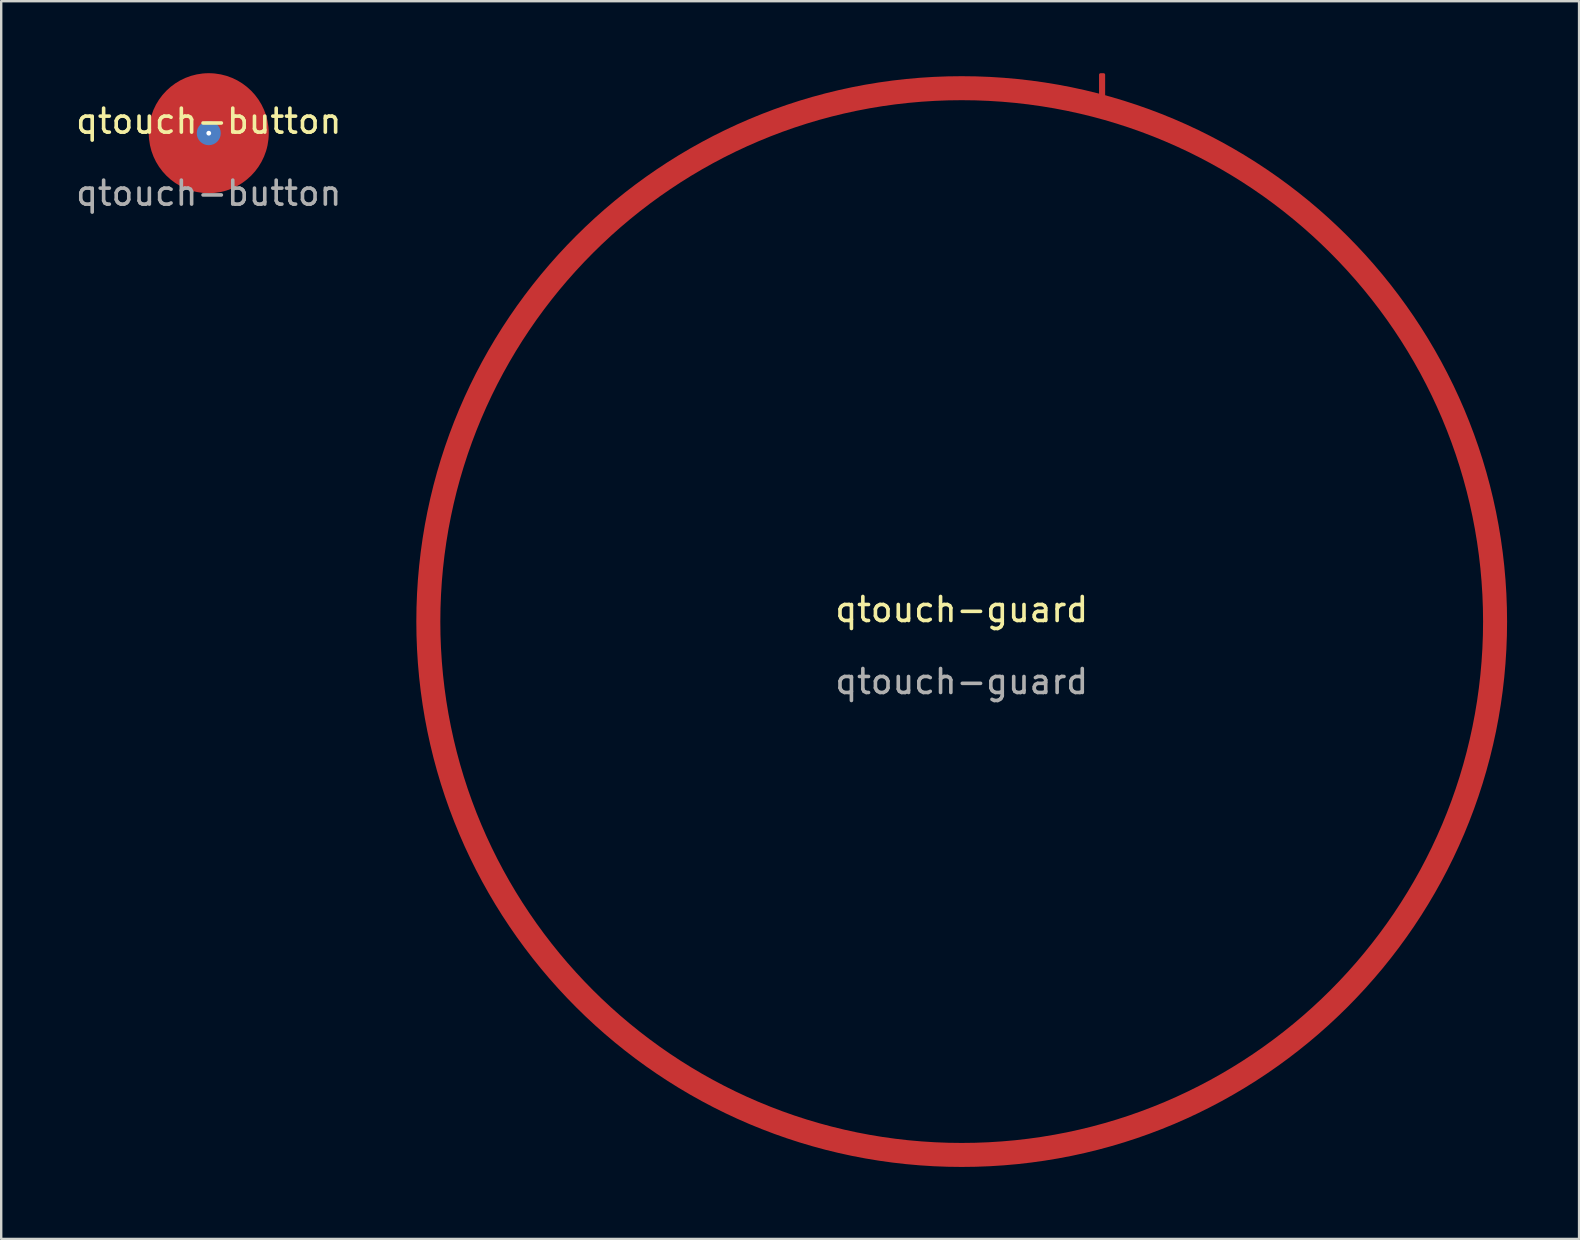
<source format=kicad_pcb>
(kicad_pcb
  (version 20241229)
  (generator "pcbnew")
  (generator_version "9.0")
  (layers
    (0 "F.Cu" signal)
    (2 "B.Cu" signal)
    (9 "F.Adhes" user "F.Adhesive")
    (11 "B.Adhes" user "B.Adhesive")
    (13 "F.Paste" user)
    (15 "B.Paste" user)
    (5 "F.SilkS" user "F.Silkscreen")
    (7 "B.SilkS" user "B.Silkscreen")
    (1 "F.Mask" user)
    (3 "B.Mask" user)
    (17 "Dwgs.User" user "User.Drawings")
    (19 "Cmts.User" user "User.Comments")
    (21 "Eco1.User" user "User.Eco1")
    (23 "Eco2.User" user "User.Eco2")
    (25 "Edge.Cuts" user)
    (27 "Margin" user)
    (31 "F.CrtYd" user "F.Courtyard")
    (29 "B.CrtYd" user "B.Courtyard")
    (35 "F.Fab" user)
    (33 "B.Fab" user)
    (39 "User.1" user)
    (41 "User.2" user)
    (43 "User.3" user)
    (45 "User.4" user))
  (footprint "qtouch-button"
    (layer "F.Cu")
    (at 5.649 2.5)
    (property "Reference" "qtouch-button" (at 0 -0.5 0) (unlocked yes) (layer "F.SilkS") (effects (font (size 1 1) (thickness 0.15))))
    (attr smd)
    (fp_circle (center 0 0) (end 2.5 0) (stroke (width 0) (type solid)) (fill yes) (layer "F.Cu"))
    (fp_text user "${REFERENCE}" (at 0 2.5 0) (unlocked yes) (layer "F.Fab") (effects (font (size 1 1) (thickness 0.15))))
    (pad "1" thru_hole circle (at 0 0) (size 1 1) (drill 0.2) (layers "*.Cu")))
  (footprint "qtouch-guard"
    (layer "F.Cu")
    (at 37.023 22.85)
    (property "Reference" "qtouch-guard" (at 0 -0.5 0) (unlocked yes) (layer "F.SilkS") (effects (font (size 1 1) (thickness 0.15))))
    (attr smd)
    (fp_circle (center 0 0) (end 22.225 0) (stroke (width 1) (type default)) (fill no) (layer "F.Cu"))
    (fp_text user "${REFERENCE}" (at 0 2.5 0) (unlocked yes) (layer "F.Fab") (effects (font (size 1 1) (thickness 0.15))))
    (pad "1" smd roundrect (at 5.85 -22.35) (size 0.254 1) (layers "F.Cu") (roundrect_rratio 0.25)))
  (gr_rect
    (start -3 -3)
    (end 62.748 48.575)
    (stroke (width 0.1) (type default))
    (fill no)
    (layer "Edge.Cuts")))
</source>
